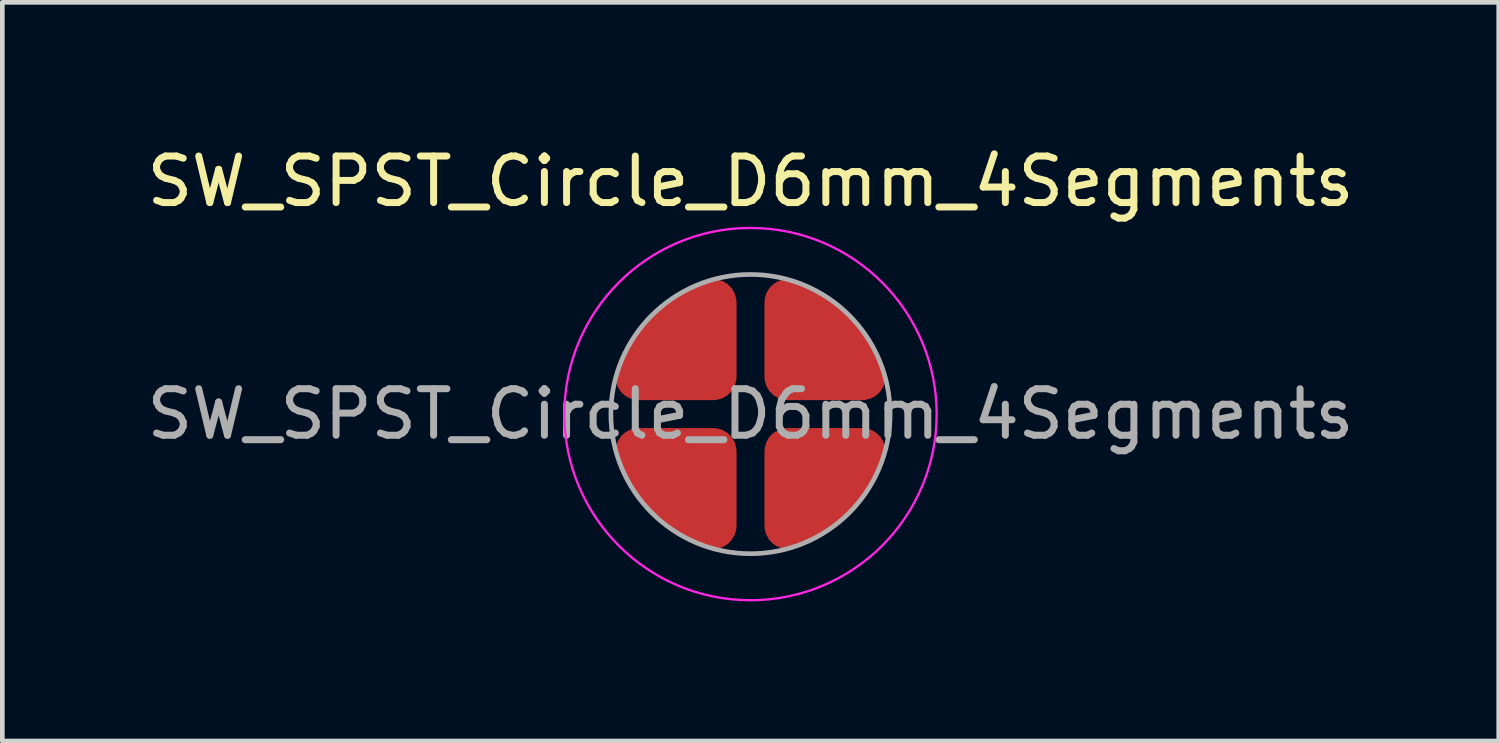
<source format=kicad_pcb>
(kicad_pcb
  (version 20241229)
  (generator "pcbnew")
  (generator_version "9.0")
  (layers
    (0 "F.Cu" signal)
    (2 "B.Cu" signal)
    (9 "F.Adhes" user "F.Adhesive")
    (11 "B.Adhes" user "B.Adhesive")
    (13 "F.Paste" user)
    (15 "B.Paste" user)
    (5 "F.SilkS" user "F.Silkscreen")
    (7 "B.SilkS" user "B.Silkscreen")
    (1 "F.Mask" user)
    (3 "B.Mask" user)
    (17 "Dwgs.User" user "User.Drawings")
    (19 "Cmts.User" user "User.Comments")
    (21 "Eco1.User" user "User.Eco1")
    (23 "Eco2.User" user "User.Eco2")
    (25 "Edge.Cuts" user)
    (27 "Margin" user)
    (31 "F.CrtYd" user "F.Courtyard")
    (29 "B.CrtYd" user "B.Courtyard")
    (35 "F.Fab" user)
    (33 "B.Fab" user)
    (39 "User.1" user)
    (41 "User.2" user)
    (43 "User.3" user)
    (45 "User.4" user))
  (footprint "SW_SPST_Circle_D6mm_4Segments"
    (layer "F.Cu")
    (at 13.077 5.848)
    (property "Reference" "SW_SPST_Circle_D6mm_4Segments" (at 0 -5 0) (layer "F.SilkS") (effects (font (size 1 1) (thickness 0.15))))
    (attr exclude_from_pos_files exclude_from_bom)
    (fp_circle (center 0 0) (end 4 0) (stroke (width 0.05) (type solid)) (fill no) (layer "F.CrtYd"))
    (fp_circle (center 0 0) (end 3 0) (stroke (width 0.1) (type solid)) (fill no) (layer "F.Fab"))
    (fp_text user "${REFERENCE}" (at 0 0 0) (layer "F.Fab") (effects (font (size 1 1) (thickness 0.15))))
    (pad "1" smd custom (at -1.6 -1.4) (size 1 1) (layers "F.Cu" "F.Mask") (options (anchor rect)) (primitives (gr_line (start -0.8 0.6) (end 0.8 0.6) (width 1)) (gr_arc (start -0.8 0.6) (mid -0.189324 -0.388384) (end 0.798739 -0.999579) (width 1)) (gr_arc (start 0 0.6) (mid 0.329579 0.089328) (end 0.799154 -0.296558) (width 1)) (gr_line (start 0.8 -1) (end 0.8 0.6) (width 1))))
    (pad "1" smd custom (at -1.6 1.4) (size 1 1) (layers "F.Cu" "F.Mask") (options (anchor rect)) (primitives (gr_arc (start 0.798739 0.999579) (mid -0.189324 0.388384) (end -0.8 -0.6) (width 1)) (gr_arc (start 0.798049 0.199023) (mid 0.334318 -0.135861) (end 0 -0.6) (width 1)) (gr_line (start 0.8 -0.6) (end 0.8 1) (width 1)) (gr_line (start 0.8 -0.6) (end -0.8 -0.6) (width 1))))
    (pad "2" smd custom (at 1.6 -1.4 180) (size 1 1) (layers "F.Cu" "F.Mask") (options (anchor rect)) (primitives (gr_arc (start 0.798739 0.999579) (mid -0.189324 0.388384) (end -0.8 -0.6) (width 1)) (gr_arc (start 0.798049 0.199023) (mid 0.334318 -0.135861) (end 0 -0.6) (width 1)) (gr_line (start 0.8 -0.6) (end 0.8 1) (width 1)) (gr_line (start 0.8 -0.6) (end -0.8 -0.6) (width 1))))
    (pad "2" smd custom (at 1.6 1.4 180) (size 1 1) (layers "F.Cu" "F.Mask") (options (anchor rect)) (primitives (gr_line (start -0.8 0.6) (end 0.8 0.6) (width 1)) (gr_arc (start -0.8 0.6) (mid -0.189324 -0.388384) (end 0.798739 -0.999579) (width 1)) (gr_arc (start 0 0.6) (mid 0.329579 0.089328) (end 0.799154 -0.296558) (width 1)) (gr_line (start 0.8 -1) (end 0.8 0.6) (width 1)))))
  (gr_rect
    (start -3 -3)
    (end 29.155 12.873)
    (stroke (width 0.1) (type default))
    (fill no)
    (layer "Edge.Cuts")))
</source>
